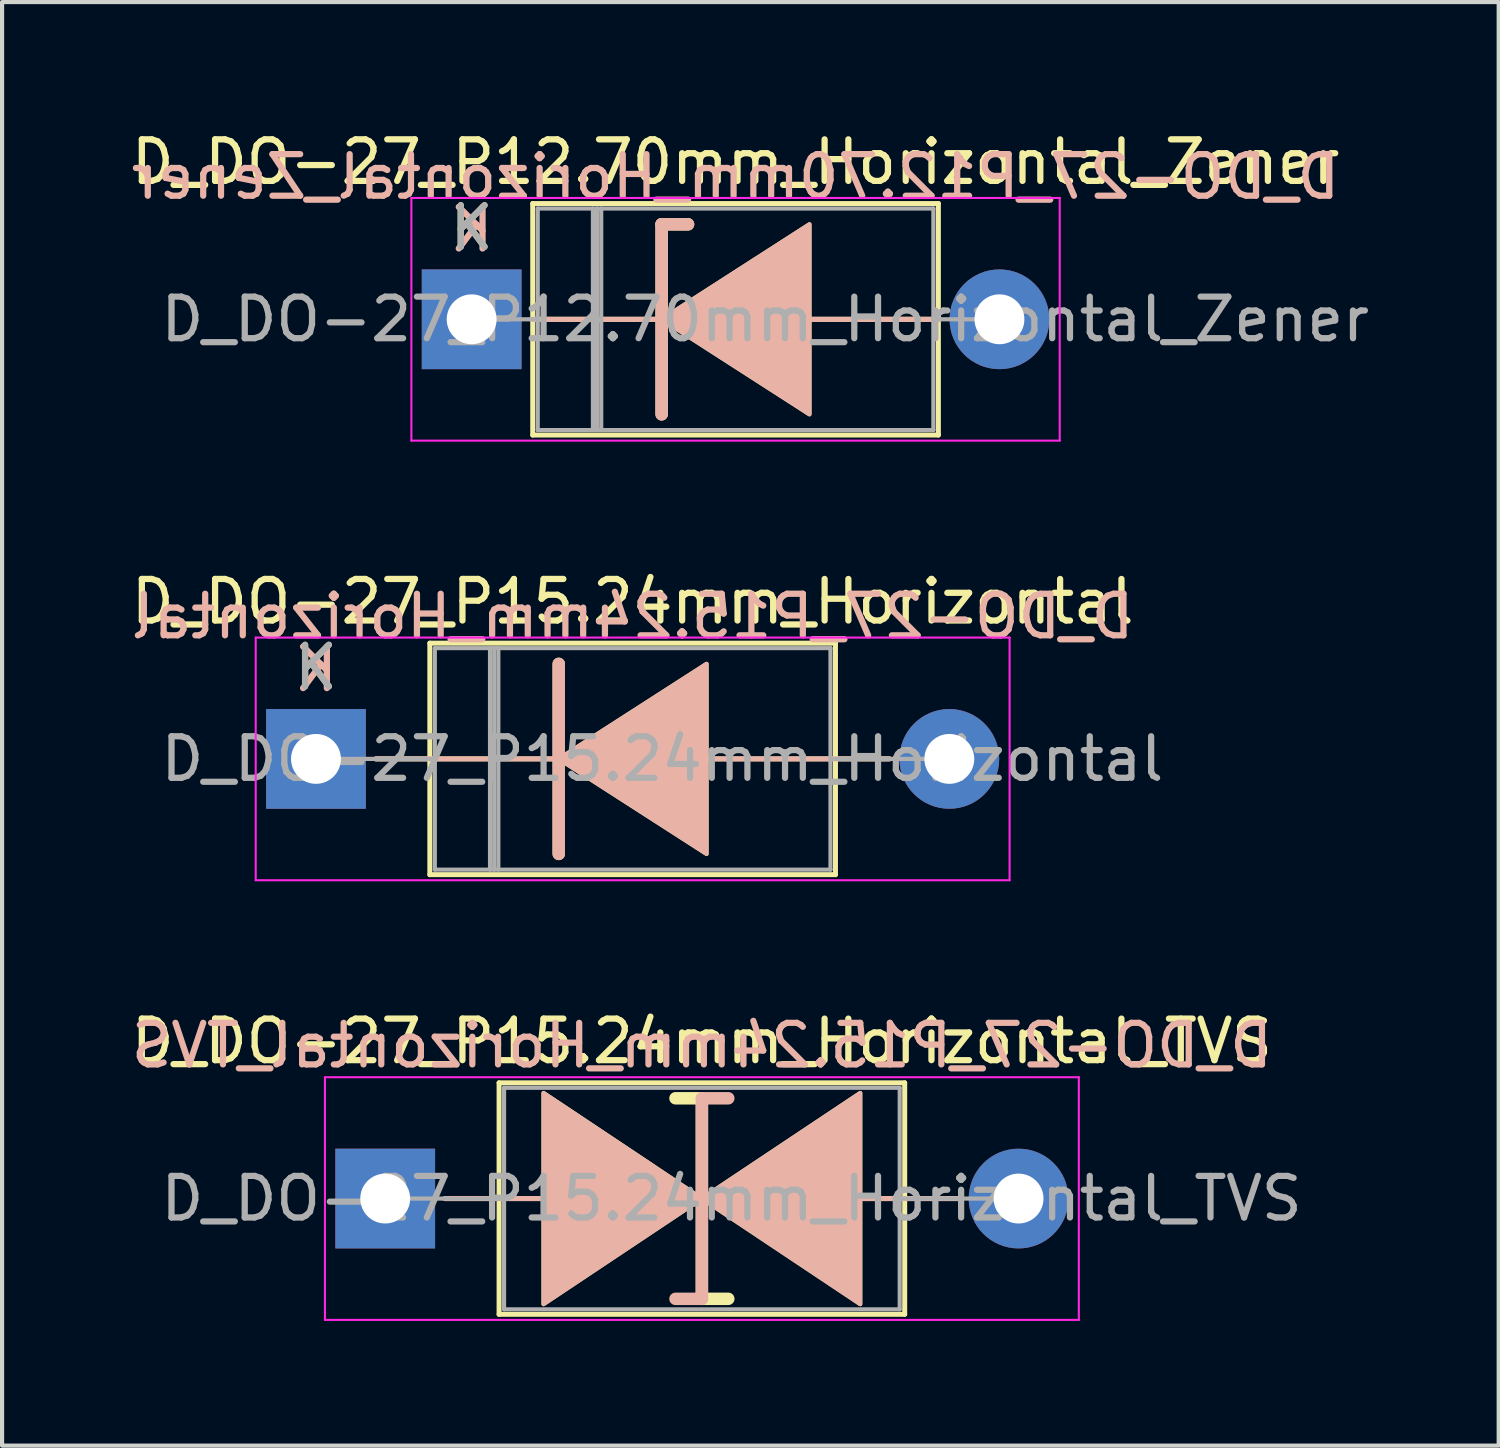
<source format=kicad_pcb>
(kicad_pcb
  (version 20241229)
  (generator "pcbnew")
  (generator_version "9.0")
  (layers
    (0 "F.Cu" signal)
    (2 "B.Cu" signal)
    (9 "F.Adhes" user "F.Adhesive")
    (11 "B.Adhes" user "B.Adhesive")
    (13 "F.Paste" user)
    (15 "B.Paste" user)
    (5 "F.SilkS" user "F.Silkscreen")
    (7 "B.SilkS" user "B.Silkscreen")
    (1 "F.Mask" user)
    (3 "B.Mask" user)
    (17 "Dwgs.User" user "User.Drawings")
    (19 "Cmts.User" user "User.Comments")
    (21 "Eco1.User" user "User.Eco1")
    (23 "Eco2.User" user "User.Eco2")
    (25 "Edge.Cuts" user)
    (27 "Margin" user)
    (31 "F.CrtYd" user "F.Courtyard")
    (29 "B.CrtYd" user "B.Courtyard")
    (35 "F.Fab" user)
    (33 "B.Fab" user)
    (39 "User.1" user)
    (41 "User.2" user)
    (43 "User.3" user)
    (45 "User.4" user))
  (footprint "D_DO-27_P12.70mm_Horizontal_Zener"
    (layer "F.Cu")
    (at 8.299 4.633)
    (property "Reference" "D_DO-27_P12.70mm_Horizontal_Zener" (at 6.35 -3.785 0) (layer "F.SilkS") (effects (font (size 1 1) (thickness 0.15))))
    (fp_line (start 1.44 0) (end 1.47 0) (stroke (width 0.12) (type solid)) (layer "F.SilkS"))
    (fp_line (start 1.47 -2.785) (end 1.47 2.785) (stroke (width 0.12) (type solid)) (layer "F.SilkS"))
    (fp_line (start 1.47 2.785) (end 11.23 2.785) (stroke (width 0.12) (type solid)) (layer "F.SilkS"))
    (fp_line (start 4.572 -2.286) (end 4.572 2.286) (stroke (width 0.3) (type solid)) (layer "F.SilkS"))
    (fp_line (start 4.572 -2.286) (end 5.207 -2.286) (stroke (width 0.3) (type solid)) (layer "F.SilkS"))
    (fp_line (start 4.572 0) (end 1.47 0) (stroke (width 0.12) (type solid)) (layer "F.SilkS"))
    (fp_line (start 8.001 0) (end 11.23 0) (stroke (width 0.12) (type solid)) (layer "F.SilkS"))
    (fp_line (start 11.23 -2.785) (end 1.47 -2.785) (stroke (width 0.12) (type solid)) (layer "F.SilkS"))
    (fp_line (start 11.23 2.785) (end 11.23 -2.785) (stroke (width 0.12) (type solid)) (layer "F.SilkS"))
    (fp_line (start 11.26 0) (end 11.23 0) (stroke (width 0.12) (type solid)) (layer "F.SilkS"))
    (fp_poly (pts (xy 8.128 2.286) (xy 4.572 0) (xy 8.128 -2.286)) (stroke (width 0.1) (type solid)) (fill yes) (layer "F.SilkS"))
    (fp_line (start 1.44 0) (end 1.47 0) (stroke (width 0.12) (type solid)) (layer "B.SilkS"))
    (fp_line (start 4.572 -2.286) (end 5.207 -2.286) (stroke (width 0.3) (type solid)) (layer "B.SilkS"))
    (fp_line (start 4.572 0) (end 1.47 0) (stroke (width 0.12) (type solid)) (layer "B.SilkS"))
    (fp_line (start 4.572 2.286) (end 4.572 -2.286) (stroke (width 0.3) (type solid)) (layer "B.SilkS"))
    (fp_line (start 8.001 0) (end 11.23 0) (stroke (width 0.12) (type solid)) (layer "B.SilkS"))
    (fp_line (start 11.26 0) (end 11.23 0) (stroke (width 0.12) (type solid)) (layer "B.SilkS"))
    (fp_poly (pts (xy 8.128 -2.286) (xy 4.572 0) (xy 8.128 2.286)) (stroke (width 0.1) (type solid)) (fill yes) (layer "B.SilkS"))
    (fp_line (start -1.45 -2.92) (end -1.45 2.92) (stroke (width 0.05) (type solid)) (layer "F.CrtYd"))
    (fp_line (start -1.45 2.92) (end 14.15 2.92) (stroke (width 0.05) (type solid)) (layer "F.CrtYd"))
    (fp_line (start 14.15 -2.92) (end -1.45 -2.92) (stroke (width 0.05) (type solid)) (layer "F.CrtYd"))
    (fp_line (start 14.15 2.92) (end 14.15 -2.92) (stroke (width 0.05) (type solid)) (layer "F.CrtYd"))
    (fp_line (start 0 0) (end 1.59 0) (stroke (width 0.1) (type solid)) (layer "F.Fab"))
    (fp_line (start 1.59 -2.665) (end 1.59 2.665) (stroke (width 0.1) (type solid)) (layer "F.Fab"))
    (fp_line (start 1.59 2.665) (end 11.11 2.665) (stroke (width 0.1) (type solid)) (layer "F.Fab"))
    (fp_line (start 2.918 -2.665) (end 2.918 2.665) (stroke (width 0.1) (type solid)) (layer "F.Fab"))
    (fp_line (start 3.018 -2.665) (end 3.018 2.665) (stroke (width 0.1) (type solid)) (layer "F.Fab"))
    (fp_line (start 3.118 -2.665) (end 3.118 2.665) (stroke (width 0.1) (type solid)) (layer "F.Fab"))
    (fp_line (start 11.11 -2.665) (end 1.59 -2.665) (stroke (width 0.1) (type solid)) (layer "F.Fab"))
    (fp_line (start 11.11 2.665) (end 11.11 -2.665) (stroke (width 0.1) (type solid)) (layer "F.Fab"))
    (fp_line (start 12.7 0) (end 11.11 0) (stroke (width 0.1) (type solid)) (layer "F.Fab"))
    (fp_text user "K" (at 0 -2.2 0) (layer "F.SilkS") (effects (font (size 1 1) (thickness 0.15))))
    (fp_text user "${REFERENCE}" (at 6.35 -3.429 0) (layer "B.SilkS") (effects (font (size 1 1) (thickness 0.15)) (justify mirror)))
    (fp_text user "K" (at 0 -2.159 0) (layer "B.SilkS") (effects (font (size 1 1) (thickness 0.15)) (justify mirror)))
    (fp_text user "K" (at 0 -2.2 0) (layer "F.Fab") (effects (font (size 1 1) (thickness 0.15))))
    (fp_text user "${REFERENCE}" (at 7.064 0 0) (layer "F.Fab") (effects (font (size 1 1) (thickness 0.15))))
    (pad "1" thru_hole rect (at 0 0) (size 2.4 2.4) (drill 1.2) (layers "*.Cu" "*.Mask"))
    (pad "2" thru_hole oval (at 12.7 0) (size 2.4 2.4) (drill 1.2) (layers "*.Cu" "*.Mask")))
  (footprint "D_DO-27_P15.24mm_Horizontal_TVS"
    (layer "F.Cu")
    (at 6.219 25.79)
    (property "Reference" "D_DO-27_P15.24mm_Horizontal_TVS" (at 7.62 -3.785 0) (layer "F.SilkS") (effects (font (size 1 1) (thickness 0.15))))
    (fp_line (start 1.44 0) (end 2.74 0) (stroke (width 0.12) (type solid)) (layer "F.SilkS"))
    (fp_line (start 2.74 -2.785) (end 2.74 2.785) (stroke (width 0.12) (type solid)) (layer "F.SilkS"))
    (fp_line (start 2.74 0) (end 3.81 0) (stroke (width 0.12) (type solid)) (layer "F.SilkS"))
    (fp_line (start 2.74 2.785) (end 12.5 2.785) (stroke (width 0.12) (type solid)) (layer "F.SilkS"))
    (fp_line (start 7.62 -2.413) (end 6.985 -2.413) (stroke (width 0.3) (type solid)) (layer "F.SilkS"))
    (fp_line (start 7.62 2.413) (end 7.62 -2.413) (stroke (width 0.3) (type solid)) (layer "F.SilkS"))
    (fp_line (start 8.255 2.413) (end 7.62 2.413) (stroke (width 0.3) (type solid)) (layer "F.SilkS"))
    (fp_line (start 11.43 0) (end 12.5 0) (stroke (width 0.12) (type solid)) (layer "F.SilkS"))
    (fp_line (start 12.5 -2.785) (end 2.74 -2.785) (stroke (width 0.12) (type solid)) (layer "F.SilkS"))
    (fp_line (start 12.5 2.785) (end 12.5 -2.785) (stroke (width 0.12) (type solid)) (layer "F.SilkS"))
    (fp_line (start 13.8 0) (end 12.5 0) (stroke (width 0.12) (type solid)) (layer "F.SilkS"))
    (fp_poly (pts (xy 7.62 0) (xy 3.81 2.54) (xy 3.81 -2.54)) (stroke (width 0.1) (type solid)) (fill yes) (layer "F.SilkS"))
    (fp_poly (pts (xy 7.62 0) (xy 11.43 -2.54) (xy 11.43 2.54)) (stroke (width 0.1) (type solid)) (fill yes) (layer "F.SilkS"))
    (fp_line (start 1.44 0) (end 2.74 0) (stroke (width 0.12) (type solid)) (layer "B.SilkS"))
    (fp_line (start 2.74 0) (end 3.81 0) (stroke (width 0.12) (type solid)) (layer "B.SilkS"))
    (fp_line (start 7.62 -2.413) (end 7.62 2.413) (stroke (width 0.3) (type solid)) (layer "B.SilkS"))
    (fp_line (start 7.62 2.413) (end 6.985 2.413) (stroke (width 0.3) (type solid)) (layer "B.SilkS"))
    (fp_line (start 8.255 -2.413) (end 7.62 -2.413) (stroke (width 0.3) (type solid)) (layer "B.SilkS"))
    (fp_line (start 11.43 0) (end 12.5 0) (stroke (width 0.12) (type solid)) (layer "B.SilkS"))
    (fp_line (start 13.8 0) (end 12.5 0) (stroke (width 0.12) (type solid)) (layer "B.SilkS"))
    (fp_poly (pts (xy 7.62 0) (xy 3.81 -2.54) (xy 3.81 2.54)) (stroke (width 0.1) (type solid)) (fill yes) (layer "B.SilkS"))
    (fp_poly (pts (xy 7.62 0) (xy 11.43 2.54) (xy 11.43 -2.54)) (stroke (width 0.1) (type solid)) (fill yes) (layer "B.SilkS"))
    (fp_line (start -1.45 -2.92) (end -1.45 2.92) (stroke (width 0.05) (type solid)) (layer "F.CrtYd"))
    (fp_line (start -1.45 2.92) (end 16.69 2.92) (stroke (width 0.05) (type solid)) (layer "F.CrtYd"))
    (fp_line (start 16.69 -2.92) (end -1.45 -2.92) (stroke (width 0.05) (type solid)) (layer "F.CrtYd"))
    (fp_line (start 16.69 2.92) (end 16.69 -2.92) (stroke (width 0.05) (type solid)) (layer "F.CrtYd"))
    (fp_line (start 0 0) (end 2.86 0) (stroke (width 0.1) (type solid)) (layer "F.Fab"))
    (fp_line (start 2.86 -2.665) (end 2.86 2.665) (stroke (width 0.1) (type solid)) (layer "F.Fab"))
    (fp_line (start 2.86 2.665) (end 12.38 2.665) (stroke (width 0.1) (type solid)) (layer "F.Fab"))
    (fp_line (start 12.38 -2.665) (end 2.86 -2.665) (stroke (width 0.1) (type solid)) (layer "F.Fab"))
    (fp_line (start 12.38 2.665) (end 12.38 -2.665) (stroke (width 0.1) (type solid)) (layer "F.Fab"))
    (fp_line (start 15.24 0) (end 12.38 0) (stroke (width 0.1) (type solid)) (layer "F.Fab"))
    (fp_text user "${REFERENCE}" (at 7.62 -3.683 0) (layer "B.SilkS") (effects (font (size 1 1) (thickness 0.15)) (justify mirror)))
    (fp_text user "${REFERENCE}" (at 8.334 0 0) (layer "F.Fab") (effects (font (size 1 1) (thickness 0.15))))
    (pad "1" thru_hole rect (at 0 0) (size 2.4 2.4) (drill 1.2) (layers "*.Cu" "*.Mask"))
    (pad "2" thru_hole oval (at 15.24 0) (size 2.4 2.4) (drill 1.2) (layers "*.Cu" "*.Mask")))
  (footprint "D_DO-27_P15.24mm_Horizontal"
    (layer "F.Cu")
    (at 4.553 15.211)
    (property "Reference" "D_DO-27_P15.24mm_Horizontal" (at 7.62 -3.785 0) (layer "F.SilkS") (effects (font (size 1 1) (thickness 0.15))))
    (fp_line (start 1.44 0) (end 2.74 0) (stroke (width 0.12) (type solid)) (layer "F.SilkS"))
    (fp_line (start 2.74 -2.785) (end 2.74 2.785) (stroke (width 0.12) (type solid)) (layer "F.SilkS"))
    (fp_line (start 2.74 2.785) (end 12.5 2.785) (stroke (width 0.12) (type solid)) (layer "F.SilkS"))
    (fp_line (start 5.842 -2.286) (end 5.842 2.286) (stroke (width 0.3) (type solid)) (layer "F.SilkS"))
    (fp_line (start 5.842 0) (end 2.74 0) (stroke (width 0.12) (type solid)) (layer "F.SilkS"))
    (fp_line (start 9.271 0) (end 12.5 0) (stroke (width 0.12) (type solid)) (layer "F.SilkS"))
    (fp_line (start 12.5 -2.785) (end 2.74 -2.785) (stroke (width 0.12) (type solid)) (layer "F.SilkS"))
    (fp_line (start 12.5 2.785) (end 12.5 -2.785) (stroke (width 0.12) (type solid)) (layer "F.SilkS"))
    (fp_line (start 13.8 0) (end 12.5 0) (stroke (width 0.12) (type solid)) (layer "F.SilkS"))
    (fp_poly (pts (xy 9.398 2.286) (xy 5.842 0) (xy 9.398 -2.286)) (stroke (width 0.1) (type solid)) (fill yes) (layer "F.SilkS"))
    (fp_line (start 1.44 -0.001) (end 2.74 -0.001) (stroke (width 0.12) (type solid)) (layer "B.SilkS"))
    (fp_line (start 5.842 -0.001) (end 2.74 -0.001) (stroke (width 0.12) (type solid)) (layer "B.SilkS"))
    (fp_line (start 5.842 2.285) (end 5.842 -2.287) (stroke (width 0.3) (type solid)) (layer "B.SilkS"))
    (fp_line (start 9.271 -0.001) (end 12.5 -0.001) (stroke (width 0.12) (type solid)) (layer "B.SilkS"))
    (fp_line (start 13.8 -0.001) (end 12.5 -0.001) (stroke (width 0.12) (type solid)) (layer "B.SilkS"))
    (fp_poly (pts (xy 9.398 -2.287) (xy 5.842 -0.001) (xy 9.398 2.285)) (stroke (width 0.1) (type solid)) (fill yes) (layer "B.SilkS"))
    (fp_line (start -1.45 -2.92) (end -1.45 2.92) (stroke (width 0.05) (type solid)) (layer "F.CrtYd"))
    (fp_line (start -1.45 2.92) (end 16.69 2.92) (stroke (width 0.05) (type solid)) (layer "F.CrtYd"))
    (fp_line (start 16.69 -2.92) (end -1.45 -2.92) (stroke (width 0.05) (type solid)) (layer "F.CrtYd"))
    (fp_line (start 16.69 2.92) (end 16.69 -2.92) (stroke (width 0.05) (type solid)) (layer "F.CrtYd"))
    (fp_line (start 0 0) (end 2.86 0) (stroke (width 0.1) (type solid)) (layer "F.Fab"))
    (fp_line (start 2.86 -2.665) (end 2.86 2.665) (stroke (width 0.1) (type solid)) (layer "F.Fab"))
    (fp_line (start 2.86 2.665) (end 12.38 2.665) (stroke (width 0.1) (type solid)) (layer "F.Fab"))
    (fp_line (start 4.188 -2.665) (end 4.188 2.665) (stroke (width 0.1) (type solid)) (layer "F.Fab"))
    (fp_line (start 4.288 -2.665) (end 4.288 2.665) (stroke (width 0.1) (type solid)) (layer "F.Fab"))
    (fp_line (start 4.388 -2.665) (end 4.388 2.665) (stroke (width 0.1) (type solid)) (layer "F.Fab"))
    (fp_line (start 12.38 -2.665) (end 2.86 -2.665) (stroke (width 0.1) (type solid)) (layer "F.Fab"))
    (fp_line (start 12.38 2.665) (end 12.38 -2.665) (stroke (width 0.1) (type solid)) (layer "F.Fab"))
    (fp_line (start 15.24 0) (end 12.38 0) (stroke (width 0.1) (type solid)) (layer "F.Fab"))
    (fp_text user "K" (at 0 -2.2 0) (layer "F.SilkS") (effects (font (size 1 1) (thickness 0.15))))
    (fp_text user "K" (at 0 -2.159 0) (layer "B.SilkS") (effects (font (size 1 1) (thickness 0.15)) (justify mirror)))
    (fp_text user "${REFERENCE}" (at 7.62 -3.429 0) (layer "B.SilkS") (effects (font (size 1 1) (thickness 0.15)) (justify mirror)))
    (fp_text user "K" (at 0 -2.2 0) (layer "F.Fab") (effects (font (size 1 1) (thickness 0.15))))
    (fp_text user "${REFERENCE}" (at 8.334 0 0) (layer "F.Fab") (effects (font (size 1 1) (thickness 0.15))))
    (pad "1" thru_hole rect (at 0 0) (size 2.4 2.4) (drill 1.2) (layers "*.Cu" "*.Mask"))
    (pad "2" thru_hole oval (at 15.24 0) (size 2.4 2.4) (drill 1.2) (layers "*.Cu" "*.Mask")))
  (gr_rect
    (start -3 -3)
    (end 33.012 31.735)
    (stroke (width 0.1) (type default))
    (fill no)
    (layer "Edge.Cuts")))
</source>
